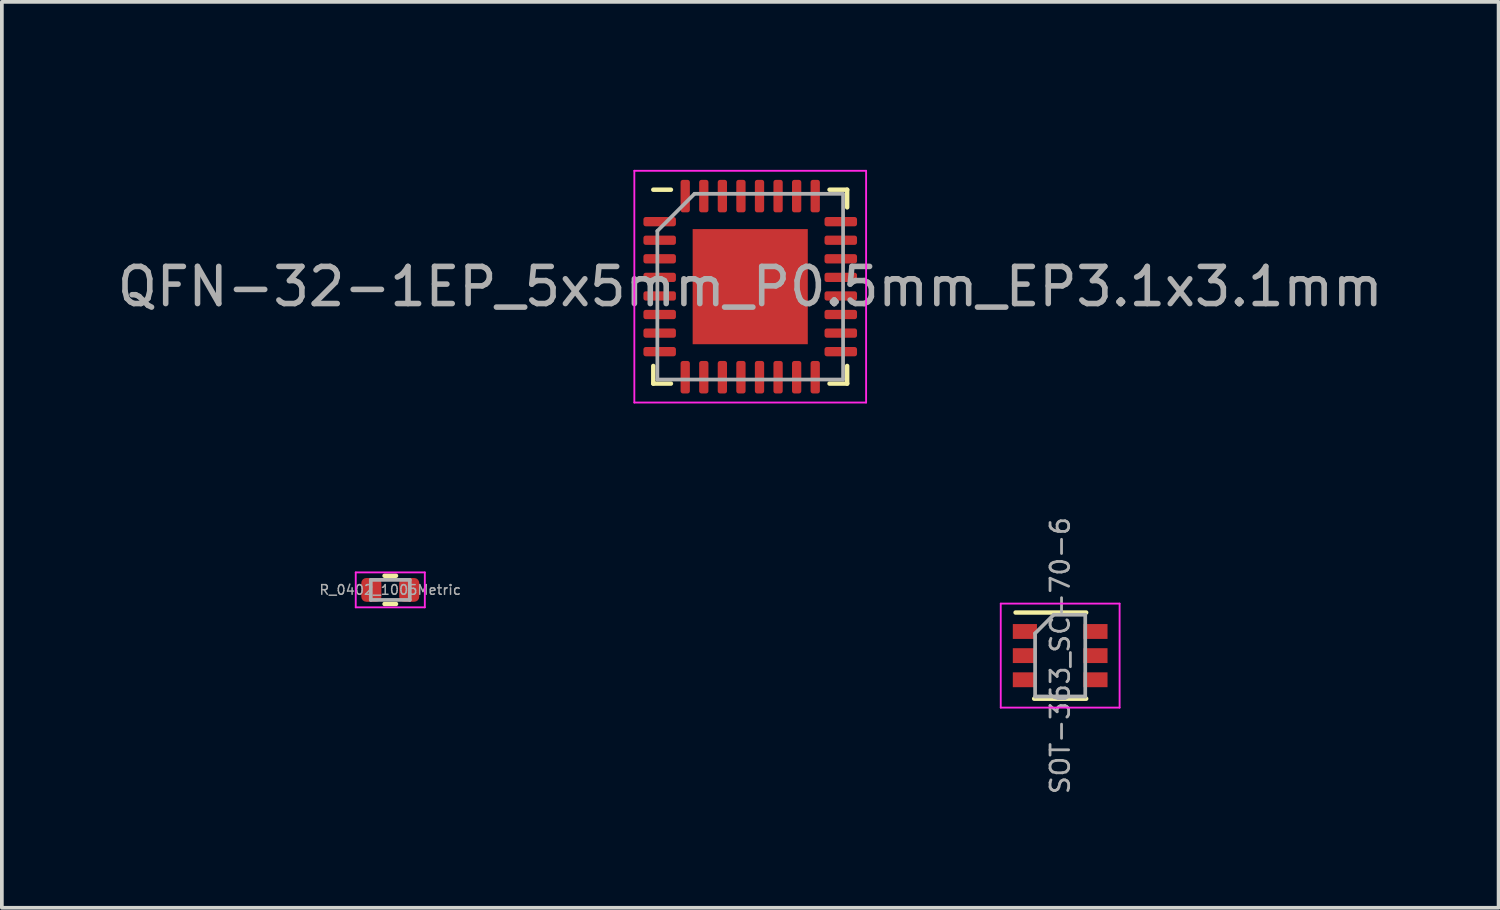
<source format=kicad_pcb>
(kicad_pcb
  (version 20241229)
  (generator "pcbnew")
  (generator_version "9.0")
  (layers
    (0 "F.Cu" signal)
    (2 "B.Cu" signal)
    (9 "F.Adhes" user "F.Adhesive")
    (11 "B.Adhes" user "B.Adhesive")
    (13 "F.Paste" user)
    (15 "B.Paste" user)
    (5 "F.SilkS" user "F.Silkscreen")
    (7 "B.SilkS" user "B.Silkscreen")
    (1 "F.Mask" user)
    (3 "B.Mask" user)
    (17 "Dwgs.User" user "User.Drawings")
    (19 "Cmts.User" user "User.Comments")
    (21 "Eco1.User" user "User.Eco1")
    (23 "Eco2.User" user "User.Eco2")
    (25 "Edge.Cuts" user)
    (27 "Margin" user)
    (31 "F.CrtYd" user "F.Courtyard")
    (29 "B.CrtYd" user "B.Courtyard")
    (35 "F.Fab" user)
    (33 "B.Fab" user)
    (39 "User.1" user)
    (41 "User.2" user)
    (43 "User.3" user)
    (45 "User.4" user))
  (footprint "QFN-32-1EP_5x5mm_P0.5mm_EP3.1x3.1mm"
    (layer "F.Cu")
    (at 17.149 4.668)
    (property "Reference" "QFN-32-1EP_5x5mm_P0.5mm_EP3.1x3.1mm" (at 0 -3.82 0) (layer "Eco2.User") (effects (font (size 1 1) (thickness 0.15))))
    (attr smd)
    (fp_line (start -2.61 2.61) (end -2.61 2.135) (stroke (width 0.12) (type solid)) (layer "F.SilkS"))
    (fp_line (start -2.135 -2.61) (end -2.61 -2.61) (stroke (width 0.12) (type solid)) (layer "F.SilkS"))
    (fp_line (start -2.135 2.61) (end -2.61 2.61) (stroke (width 0.12) (type solid)) (layer "F.SilkS"))
    (fp_line (start 2.135 -2.61) (end 2.61 -2.61) (stroke (width 0.12) (type solid)) (layer "F.SilkS"))
    (fp_line (start 2.135 2.61) (end 2.61 2.61) (stroke (width 0.12) (type solid)) (layer "F.SilkS"))
    (fp_line (start 2.61 -2.61) (end 2.61 -2.135) (stroke (width 0.12) (type solid)) (layer "F.SilkS"))
    (fp_line (start 2.61 2.61) (end 2.61 2.135) (stroke (width 0.12) (type solid)) (layer "F.SilkS"))
    (fp_line (start -3.12 -3.12) (end -3.12 3.12) (stroke (width 0.05) (type solid)) (layer "F.CrtYd"))
    (fp_line (start -3.12 3.12) (end 3.12 3.12) (stroke (width 0.05) (type solid)) (layer "F.CrtYd"))
    (fp_line (start 3.12 -3.12) (end -3.12 -3.12) (stroke (width 0.05) (type solid)) (layer "F.CrtYd"))
    (fp_line (start 3.12 3.12) (end 3.12 -3.12) (stroke (width 0.05) (type solid)) (layer "F.CrtYd"))
    (fp_line (start -2.5 -1.5) (end -1.5 -2.5) (stroke (width 0.1) (type solid)) (layer "F.Fab"))
    (fp_line (start -2.5 2.5) (end -2.5 -1.5) (stroke (width 0.1) (type solid)) (layer "F.Fab"))
    (fp_line (start -1.5 -2.5) (end 2.5 -2.5) (stroke (width 0.1) (type solid)) (layer "F.Fab"))
    (fp_line (start 2.5 -2.5) (end 2.5 2.5) (stroke (width 0.1) (type solid)) (layer "F.Fab"))
    (fp_line (start 2.5 2.5) (end -2.5 2.5) (stroke (width 0.1) (type solid)) (layer "F.Fab"))
    (fp_text user "${REFERENCE}" (at 0 0 0) (layer "F.Fab") (effects (font (size 1 1) (thickness 0.15))))
    (pad "" smd roundrect (at -1.03 -1.03) (size 0.83 0.83) (layers "F.Paste") (roundrect_rratio 0.25))
    (pad "" smd roundrect (at -1.03 0) (size 0.83 0.83) (layers "F.Paste") (roundrect_rratio 0.25))
    (pad "" smd roundrect (at -1.03 1.03) (size 0.83 0.83) (layers "F.Paste") (roundrect_rratio 0.25))
    (pad "" smd roundrect (at 0 -1.03) (size 0.83 0.83) (layers "F.Paste") (roundrect_rratio 0.25))
    (pad "" smd roundrect (at 0 0) (size 0.83 0.83) (layers "F.Paste") (roundrect_rratio 0.25))
    (pad "" smd roundrect (at 0 1.03) (size 0.83 0.83) (layers "F.Paste") (roundrect_rratio 0.25))
    (pad "" smd roundrect (at 1.03 -1.03) (size 0.83 0.83) (layers "F.Paste") (roundrect_rratio 0.25))
    (pad "" smd roundrect (at 1.03 0) (size 0.83 0.83) (layers "F.Paste") (roundrect_rratio 0.25))
    (pad "" smd roundrect (at 1.03 1.03) (size 0.83 0.83) (layers "F.Paste") (roundrect_rratio 0.25))
    (pad "1" smd roundrect (at -2.438 -1.75) (size 0.875 0.25) (layers "F.Cu" "F.Mask" "F.Paste") (roundrect_rratio 0.25))
    (pad "2" smd roundrect (at -2.438 -1.25) (size 0.875 0.25) (layers "F.Cu" "F.Mask" "F.Paste") (roundrect_rratio 0.25))
    (pad "3" smd roundrect (at -2.438 -0.75) (size 0.875 0.25) (layers "F.Cu" "F.Mask" "F.Paste") (roundrect_rratio 0.25))
    (pad "4" smd roundrect (at -2.438 -0.25) (size 0.875 0.25) (layers "F.Cu" "F.Mask" "F.Paste") (roundrect_rratio 0.25))
    (pad "5" smd roundrect (at -2.438 0.25) (size 0.875 0.25) (layers "F.Cu" "F.Mask" "F.Paste") (roundrect_rratio 0.25))
    (pad "6" smd roundrect (at -2.438 0.75) (size 0.875 0.25) (layers "F.Cu" "F.Mask" "F.Paste") (roundrect_rratio 0.25))
    (pad "7" smd roundrect (at -2.438 1.25) (size 0.875 0.25) (layers "F.Cu" "F.Mask" "F.Paste") (roundrect_rratio 0.25))
    (pad "8" smd roundrect (at -2.438 1.75) (size 0.875 0.25) (layers "F.Cu" "F.Mask" "F.Paste") (roundrect_rratio 0.25))
    (pad "9" smd roundrect (at -1.75 2.438) (size 0.25 0.875) (layers "F.Cu" "F.Mask" "F.Paste") (roundrect_rratio 0.25))
    (pad "10" smd roundrect (at -1.25 2.438) (size 0.25 0.875) (layers "F.Cu" "F.Mask" "F.Paste") (roundrect_rratio 0.25))
    (pad "11" smd roundrect (at -0.75 2.438) (size 0.25 0.875) (layers "F.Cu" "F.Mask" "F.Paste") (roundrect_rratio 0.25))
    (pad "12" smd roundrect (at -0.25 2.438) (size 0.25 0.875) (layers "F.Cu" "F.Mask" "F.Paste") (roundrect_rratio 0.25))
    (pad "13" smd roundrect (at 0.25 2.438) (size 0.25 0.875) (layers "F.Cu" "F.Mask" "F.Paste") (roundrect_rratio 0.25))
    (pad "14" smd roundrect (at 0.75 2.438) (size 0.25 0.875) (layers "F.Cu" "F.Mask" "F.Paste") (roundrect_rratio 0.25))
    (pad "15" smd roundrect (at 1.25 2.438) (size 0.25 0.875) (layers "F.Cu" "F.Mask" "F.Paste") (roundrect_rratio 0.25))
    (pad "16" smd roundrect (at 1.75 2.438) (size 0.25 0.875) (layers "F.Cu" "F.Mask" "F.Paste") (roundrect_rratio 0.25))
    (pad "17" smd roundrect (at 2.438 1.75) (size 0.875 0.25) (layers "F.Cu" "F.Mask" "F.Paste") (roundrect_rratio 0.25))
    (pad "18" smd roundrect (at 2.438 1.25) (size 0.875 0.25) (layers "F.Cu" "F.Mask" "F.Paste") (roundrect_rratio 0.25))
    (pad "19" smd roundrect (at 2.438 0.75) (size 0.875 0.25) (layers "F.Cu" "F.Mask" "F.Paste") (roundrect_rratio 0.25))
    (pad "20" smd roundrect (at 2.438 0.25) (size 0.875 0.25) (layers "F.Cu" "F.Mask" "F.Paste") (roundrect_rratio 0.25))
    (pad "21" smd roundrect (at 2.438 -0.25) (size 0.875 0.25) (layers "F.Cu" "F.Mask" "F.Paste") (roundrect_rratio 0.25))
    (pad "22" smd roundrect (at 2.438 -0.75) (size 0.875 0.25) (layers "F.Cu" "F.Mask" "F.Paste") (roundrect_rratio 0.25))
    (pad "23" smd roundrect (at 2.438 -1.25) (size 0.875 0.25) (layers "F.Cu" "F.Mask" "F.Paste") (roundrect_rratio 0.25))
    (pad "24" smd roundrect (at 2.438 -1.75) (size 0.875 0.25) (layers "F.Cu" "F.Mask" "F.Paste") (roundrect_rratio 0.25))
    (pad "25" smd roundrect (at 1.75 -2.438) (size 0.25 0.875) (layers "F.Cu" "F.Mask" "F.Paste") (roundrect_rratio 0.25))
    (pad "26" smd roundrect (at 1.25 -2.438) (size 0.25 0.875) (layers "F.Cu" "F.Mask" "F.Paste") (roundrect_rratio 0.25))
    (pad "27" smd roundrect (at 0.75 -2.438) (size 0.25 0.875) (layers "F.Cu" "F.Mask" "F.Paste") (roundrect_rratio 0.25))
    (pad "28" smd roundrect (at 0.25 -2.438) (size 0.25 0.875) (layers "F.Cu" "F.Mask" "F.Paste") (roundrect_rratio 0.25))
    (pad "29" smd roundrect (at -0.25 -2.438) (size 0.25 0.875) (layers "F.Cu" "F.Mask" "F.Paste") (roundrect_rratio 0.25))
    (pad "30" smd roundrect (at -0.75 -2.438) (size 0.25 0.875) (layers "F.Cu" "F.Mask" "F.Paste") (roundrect_rratio 0.25))
    (pad "31" smd roundrect (at -1.25 -2.438) (size 0.25 0.875) (layers "F.Cu" "F.Mask" "F.Paste") (roundrect_rratio 0.25))
    (pad "32" smd roundrect (at -1.75 -2.438) (size 0.25 0.875) (layers "F.Cu" "F.Mask" "F.Paste") (roundrect_rratio 0.25))
    (pad "33" smd rect (at 0 0) (size 3.1 3.1) (layers "F.Cu" "F.Mask")))
  (footprint "R_0402_1005Metric"
    (layer "F.Cu")
    (at 7.458 12.832)
    (property "Reference" "R_0402_1005Metric" (at 0 -1.17 180) (layer "Eco2.User") (effects (font (size 1 1) (thickness 0.15))))
    (attr smd)
    (fp_line (start -0.154 -0.38) (end 0.154 -0.38) (stroke (width 0.12) (type solid)) (layer "F.SilkS"))
    (fp_line (start -0.154 0.38) (end 0.154 0.38) (stroke (width 0.12) (type solid)) (layer "F.SilkS"))
    (fp_line (start -0.93 -0.47) (end 0.93 -0.47) (stroke (width 0.05) (type solid)) (layer "F.CrtYd"))
    (fp_line (start -0.93 0.47) (end -0.93 -0.47) (stroke (width 0.05) (type solid)) (layer "F.CrtYd"))
    (fp_line (start 0.93 -0.47) (end 0.93 0.47) (stroke (width 0.05) (type solid)) (layer "F.CrtYd"))
    (fp_line (start 0.93 0.47) (end -0.93 0.47) (stroke (width 0.05) (type solid)) (layer "F.CrtYd"))
    (fp_line (start -0.525 -0.27) (end 0.525 -0.27) (stroke (width 0.1) (type solid)) (layer "F.Fab"))
    (fp_line (start -0.525 0.27) (end -0.525 -0.27) (stroke (width 0.1) (type solid)) (layer "F.Fab"))
    (fp_line (start 0.525 -0.27) (end 0.525 0.27) (stroke (width 0.1) (type solid)) (layer "F.Fab"))
    (fp_line (start 0.525 0.27) (end -0.525 0.27) (stroke (width 0.1) (type solid)) (layer "F.Fab"))
    (fp_text user "${REFERENCE}" (at 0 0 180) (layer "F.Fab") (effects (font (size 0.26 0.26) (thickness 0.04))))
    (pad "1" smd roundrect (at -0.51 0) (size 0.54 0.64) (layers "F.Cu" "F.Mask" "F.Paste") (roundrect_rratio 0.25))
    (pad "2" smd roundrect (at 0.51 0) (size 0.54 0.64) (layers "F.Cu" "F.Mask" "F.Paste") (roundrect_rratio 0.25)))
  (footprint "SOT-363_SC-70-6"
    (layer "F.Cu")
    (at 25.494 14.602)
    (property "Reference" "SOT-363_SC-70-6" (at 0 -2 0) (layer "Eco2.User") (effects (font (size 1 1) (thickness 0.15))))
    (attr smd)
    (fp_line (start -0.7 1.16) (end 0.7 1.16) (stroke (width 0.12) (type solid)) (layer "F.SilkS"))
    (fp_line (start 0.7 -1.16) (end -1.2 -1.16) (stroke (width 0.12) (type solid)) (layer "F.SilkS"))
    (fp_line (start -1.6 -1.4) (end -1.6 1.4) (stroke (width 0.05) (type solid)) (layer "F.CrtYd"))
    (fp_line (start -1.6 -1.4) (end 1.6 -1.4) (stroke (width 0.05) (type solid)) (layer "F.CrtYd"))
    (fp_line (start -1.6 1.4) (end 1.6 1.4) (stroke (width 0.05) (type solid)) (layer "F.CrtYd"))
    (fp_line (start 1.6 1.4) (end 1.6 -1.4) (stroke (width 0.05) (type solid)) (layer "F.CrtYd"))
    (fp_line (start -0.675 -0.6) (end -0.675 1.1) (stroke (width 0.1) (type solid)) (layer "F.Fab"))
    (fp_line (start -0.175 -1.1) (end -0.675 -0.6) (stroke (width 0.1) (type solid)) (layer "F.Fab"))
    (fp_line (start 0.675 -1.1) (end -0.175 -1.1) (stroke (width 0.1) (type solid)) (layer "F.Fab"))
    (fp_line (start 0.675 -1.1) (end 0.675 1.1) (stroke (width 0.1) (type solid)) (layer "F.Fab"))
    (fp_line (start 0.675 1.1) (end -0.675 1.1) (stroke (width 0.1) (type solid)) (layer "F.Fab"))
    (fp_text user "${REFERENCE}" (at 0 0 270) (layer "F.Fab") (effects (font (size 0.5 0.5) (thickness 0.075))))
    (pad "1" smd rect (at -0.95 -0.65) (size 0.65 0.4) (layers "F.Cu" "F.Mask" "F.Paste"))
    (pad "2" smd rect (at -0.95 0) (size 0.65 0.4) (layers "F.Cu" "F.Mask" "F.Paste"))
    (pad "3" smd rect (at -0.95 0.65) (size 0.65 0.4) (layers "F.Cu" "F.Mask" "F.Paste"))
    (pad "4" smd rect (at 0.95 0.65) (size 0.65 0.4) (layers "F.Cu" "F.Mask" "F.Paste"))
    (pad "5" smd rect (at 0.95 0) (size 0.65 0.4) (layers "F.Cu" "F.Mask" "F.Paste"))
    (pad "6" smd rect (at 0.95 -0.65) (size 0.65 0.4) (layers "F.Cu" "F.Mask" "F.Paste")))
  (gr_rect
    (start -3 -3)
    (end 37.298 21.391)
    (stroke (width 0.1) (type default))
    (fill no)
    (layer "Edge.Cuts")))
</source>
